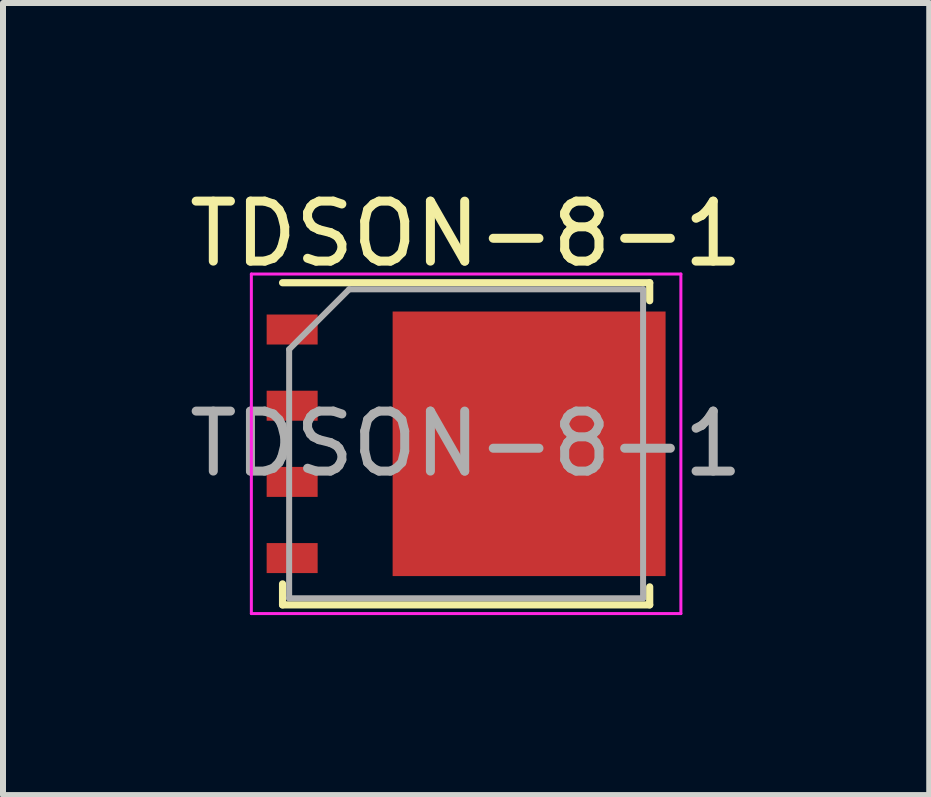
<source format=kicad_pcb>
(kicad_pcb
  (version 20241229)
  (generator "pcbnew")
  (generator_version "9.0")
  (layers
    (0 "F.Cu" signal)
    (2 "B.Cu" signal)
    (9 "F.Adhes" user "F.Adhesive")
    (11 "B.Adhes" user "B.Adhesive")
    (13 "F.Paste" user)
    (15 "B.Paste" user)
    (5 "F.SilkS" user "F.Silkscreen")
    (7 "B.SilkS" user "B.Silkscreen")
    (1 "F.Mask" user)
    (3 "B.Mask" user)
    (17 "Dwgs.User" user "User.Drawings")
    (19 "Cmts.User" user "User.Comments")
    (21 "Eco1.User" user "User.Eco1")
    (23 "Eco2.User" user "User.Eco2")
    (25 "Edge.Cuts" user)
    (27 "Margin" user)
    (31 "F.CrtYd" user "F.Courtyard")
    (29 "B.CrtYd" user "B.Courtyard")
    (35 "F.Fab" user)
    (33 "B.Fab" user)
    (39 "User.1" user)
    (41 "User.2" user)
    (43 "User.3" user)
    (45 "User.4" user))
  (footprint "TDSON-8-1"
    (layer "F.Cu")
    (at 4.72 4.348)
    (property "Reference" "TDSON-8-1" (at 0 -3.5 0) (layer "F.SilkS") (effects (font (size 1 1) (thickness 0.15))))
    (attr smd)
    (fp_line (start -3.06 2.335) (end -3.06 2.685) (stroke (width 0.12) (type solid)) (layer "F.SilkS"))
    (fp_line (start 3.06 -2.685) (end -3.06 -2.685) (stroke (width 0.12) (type solid)) (layer "F.SilkS"))
    (fp_line (start 3.06 -2.385) (end 3.06 -2.685) (stroke (width 0.12) (type solid)) (layer "F.SilkS"))
    (fp_line (start 3.06 2.385) (end 3.06 2.685) (stroke (width 0.12) (type solid)) (layer "F.SilkS"))
    (fp_line (start 3.06 2.685) (end -3.06 2.685) (stroke (width 0.12) (type solid)) (layer "F.SilkS"))
    (fp_line (start -3.58 -2.83) (end -3.58 2.83) (stroke (width 0.05) (type solid)) (layer "F.CrtYd"))
    (fp_line (start -3.58 2.83) (end 3.58 2.83) (stroke (width 0.05) (type solid)) (layer "F.CrtYd"))
    (fp_line (start 3.58 -2.83) (end -3.58 -2.83) (stroke (width 0.05) (type solid)) (layer "F.CrtYd"))
    (fp_line (start 3.58 2.83) (end 3.58 -2.83) (stroke (width 0.05) (type solid)) (layer "F.CrtYd"))
    (fp_line (start -2.95 2.575) (end -2.95 -1.575) (stroke (width 0.1) (type solid)) (layer "F.Fab"))
    (fp_line (start -1.95 -2.575) (end -2.95 -1.575) (stroke (width 0.1) (type solid)) (layer "F.Fab"))
    (fp_line (start -1.95 -2.575) (end 2.95 -2.575) (stroke (width 0.1) (type solid)) (layer "F.Fab"))
    (fp_line (start 2.95 -2.575) (end 2.95 2.575) (stroke (width 0.1) (type solid)) (layer "F.Fab"))
    (fp_line (start 2.95 2.575) (end -2.95 2.575) (stroke (width 0.1) (type solid)) (layer "F.Fab"))
    (fp_text user "${REFERENCE}" (at 0 0 0) (layer "F.Fab") (effects (font (size 1 1) (thickness 0.15))))
    (pad "" smd rect (at -0.2 -0.85) (size 1.5 1.5) (layers "F.Paste"))
    (pad "" smd rect (at -0.2 0.85) (size 1.5 1.5) (layers "F.Paste"))
    (pad "" smd custom (at 0.65 0) (size 3.75 4.41) (layers "F.Mask") (options (anchor rect)) (primitives (gr_poly (pts (xy 1.875 -2.205) (xy 2.675 -2.205) (xy 2.675 -1.605) (xy 1.875 -1.605)) (width 0) (fill yes)) (gr_poly (pts (xy 1.875 -0.935) (xy 2.675 -0.935) (xy 2.675 -0.335) (xy 1.875 -0.335)) (width 0) (fill yes)) (gr_poly (pts (xy 1.875 0.335) (xy 2.675 0.335) (xy 2.675 0.935) (xy 1.875 0.935)) (width 0) (fill yes)) (gr_poly (pts (xy 1.875 1.605) (xy 2.675 1.605) (xy 2.675 2.205) (xy 1.875 2.205)) (width 0) (fill yes))))
    (pad "" smd rect (at 1.5 -0.85) (size 1.5 1.5) (layers "F.Paste"))
    (pad "" smd rect (at 1.5 0.85) (size 1.5 1.5) (layers "F.Paste"))
    (pad "" smd rect (at 2.905 -1.905) (size 0.75 0.5) (layers "F.Paste"))
    (pad "" smd rect (at 2.905 -0.635) (size 0.75 0.5) (layers "F.Paste"))
    (pad "" smd rect (at 2.905 0.635) (size 0.75 0.5) (layers "F.Paste"))
    (pad "" smd rect (at 2.905 1.905) (size 0.75 0.5) (layers "F.Paste"))
    (pad "1" smd rect (at -2.9 -1.905) (size 0.85 0.5) (layers "F.Cu" "F.Mask" "F.Paste"))
    (pad "1" smd rect (at -2.9 -0.635) (size 0.85 0.5) (layers "F.Cu" "F.Mask" "F.Paste"))
    (pad "1" smd rect (at -2.9 0.635) (size 0.85 0.5) (layers "F.Cu" "F.Mask" "F.Paste"))
    (pad "2" smd rect (at -2.9 1.905) (size 0.85 0.5) (layers "F.Cu" "F.Mask" "F.Paste"))
    (pad "3" smd rect (at 1.05 0) (size 4.55 4.41) (layers "F.Cu")))
  (gr_rect
    (start -3 -3)
    (end 12.44 10.203)
    (stroke (width 0.1) (type default))
    (fill no)
    (layer "Edge.Cuts")))
</source>
